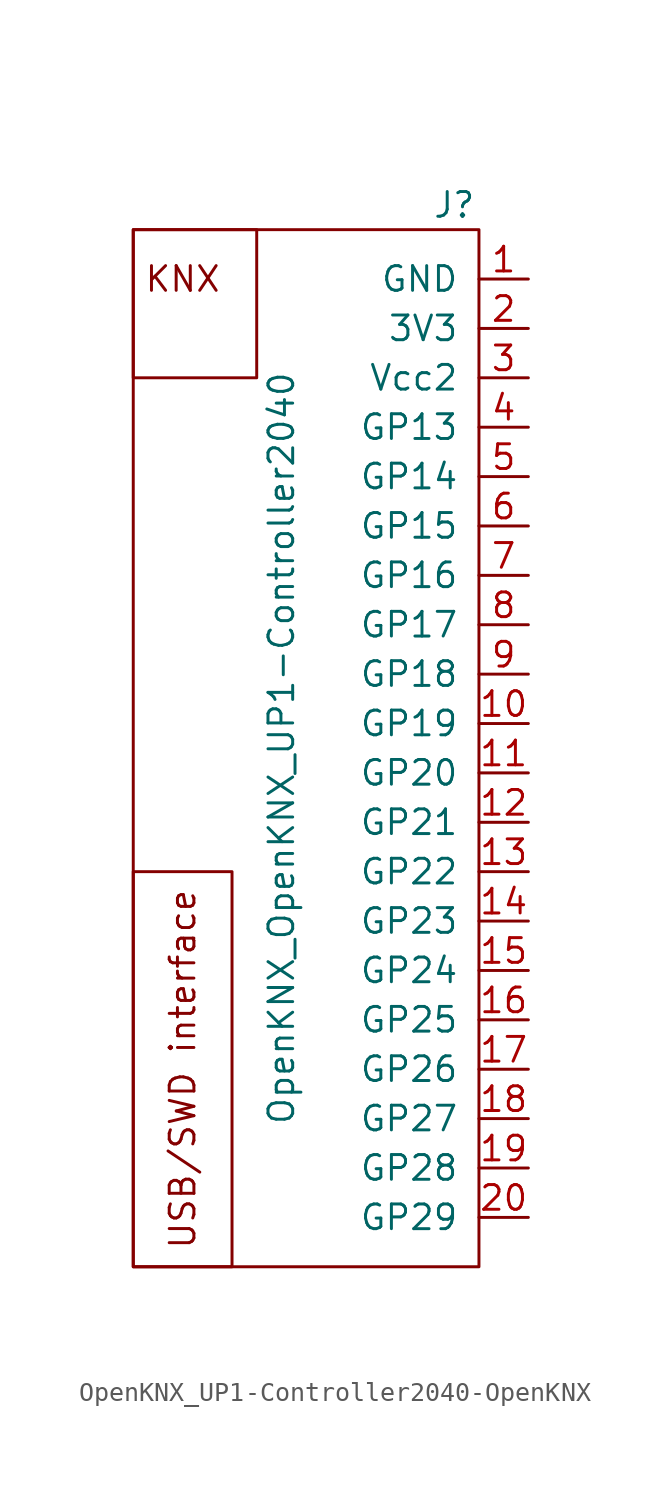
<source format=kicad_sym>
(kicad_symbol_lib
  (version 20220914)
  (generator kicad_symbol_editor)
  (symbol "OpenKNX_UP1-Controller2040-OpenKNX"
    (pin_names
      (offset 1.016))
    (property "Reference" "J"
      (at 5.08 27.94 0)
      (effects (font (size 1.27 1.27))))
    (property "Value" "OpenKNX_OpenKNX_UP1-Controller2040"
      (at -3.81 0 90)
      (effects (font (size 1.27 1.27))))
    (symbol "OpenKNX_UP1-Controller2040-OpenKNX_0_0"
      (rectangle (start -11.43 -6.35) (end -6.35 -26.67) (stroke (width 0) (type solid)) (fill (type none)))
      (rectangle (start -5.08 26.67) (end -11.43 19.05) (stroke (width 0) (type solid)) (fill (type none)))
      (rectangle (start 6.35 26.67) (end -11.43 -26.67) (stroke (width 0) (type solid)) (fill (type none)))
      (text "KNX" (at -8.89 24.13 0) (effects (font (size 1.27 1.27))))
      (text "USB/SWD interface" (at -8.89 -16.51 900) (effects (font (size 1.27 1.27)))))
    (symbol "OpenKNX_UP1-Controller2040-OpenKNX_1_1"
      (pin bidirectional line (at 8.89 24.13 180) (length 2.54) (name "GND" (effects (font (size 1.27 1.27)))) (number "1" (effects (font (size 1.27 1.27)))))
      (pin bidirectional line (at 8.89 1.27 180) (length 2.54) (name "GP19" (effects (font (size 1.27 1.27)))) (number "10" (effects (font (size 1.27 1.27)))))
      (pin bidirectional line (at 8.89 -1.27 180) (length 2.54) (name "GP20" (effects (font (size 1.27 1.27)))) (number "11" (effects (font (size 1.27 1.27)))))
      (pin bidirectional line (at 8.89 -3.81 180) (length 2.54) (name "GP21" (effects (font (size 1.27 1.27)))) (number "12" (effects (font (size 1.27 1.27)))))
      (pin bidirectional line (at 8.89 -6.35 180) (length 2.54) (name "GP22" (effects (font (size 1.27 1.27)))) (number "13" (effects (font (size 1.27 1.27)))))
      (pin bidirectional line (at 8.89 -8.89 180) (length 2.54) (name "GP23" (effects (font (size 1.27 1.27)))) (number "14" (effects (font (size 1.27 1.27)))))
      (pin bidirectional line (at 8.89 -11.43 180) (length 2.54) (name "GP24" (effects (font (size 1.27 1.27)))) (number "15" (effects (font (size 1.27 1.27)))))
      (pin bidirectional line (at 8.89 -13.97 180) (length 2.54) (name "GP25" (effects (font (size 1.27 1.27)))) (number "16" (effects (font (size 1.27 1.27)))))
      (pin bidirectional line (at 8.89 -16.51 180) (length 2.54) (name "GP26" (effects (font (size 1.27 1.27)))) (number "17" (effects (font (size 1.27 1.27)))))
      (pin bidirectional line (at 8.89 -19.05 180) (length 2.54) (name "GP27" (effects (font (size 1.27 1.27)))) (number "18" (effects (font (size 1.27 1.27)))))
      (pin bidirectional line (at 8.89 -21.59 180) (length 2.54) (name "GP28" (effects (font (size 1.27 1.27)))) (number "19" (effects (font (size 1.27 1.27)))))
      (pin power_out line (at 8.89 21.59 180) (length 2.54) (name "3V3" (effects (font (size 1.27 1.27)))) (number "2" (effects (font (size 1.27 1.27)))))
      (pin bidirectional line (at 8.89 -24.13 180) (length 2.54) (name "GP29" (effects (font (size 1.27 1.27)))) (number "20" (effects (font (size 1.27 1.27)))))
      (pin power_out line (at 8.89 19.05 180) (length 2.54) (name "Vcc2" (effects (font (size 1.27 1.27)))) (number "3" (effects (font (size 1.27 1.27)))))
      (pin bidirectional line (at 8.89 16.51 180) (length 2.54) (name "GP13" (effects (font (size 1.27 1.27)))) (number "4" (effects (font (size 1.27 1.27)))))
      (pin bidirectional line (at 8.89 13.97 180) (length 2.54) (name "GP14" (effects (font (size 1.27 1.27)))) (number "5" (effects (font (size 1.27 1.27)))))
      (pin bidirectional line (at 8.89 11.43 180) (length 2.54) (name "GP15" (effects (font (size 1.27 1.27)))) (number "6" (effects (font (size 1.27 1.27)))))
      (pin bidirectional line (at 8.89 8.89 180) (length 2.54) (name "GP16" (effects (font (size 1.27 1.27)))) (number "7" (effects (font (size 1.27 1.27)))))
      (pin bidirectional line (at 8.89 6.35 180) (length 2.54) (name "GP17" (effects (font (size 1.27 1.27)))) (number "8" (effects (font (size 1.27 1.27)))))
      (pin bidirectional line (at 8.89 3.81 180) (length 2.54) (name "GP18" (effects (font (size 1.27 1.27)))) (number "9" (effects (font (size 1.27 1.27))))))))
</source>
